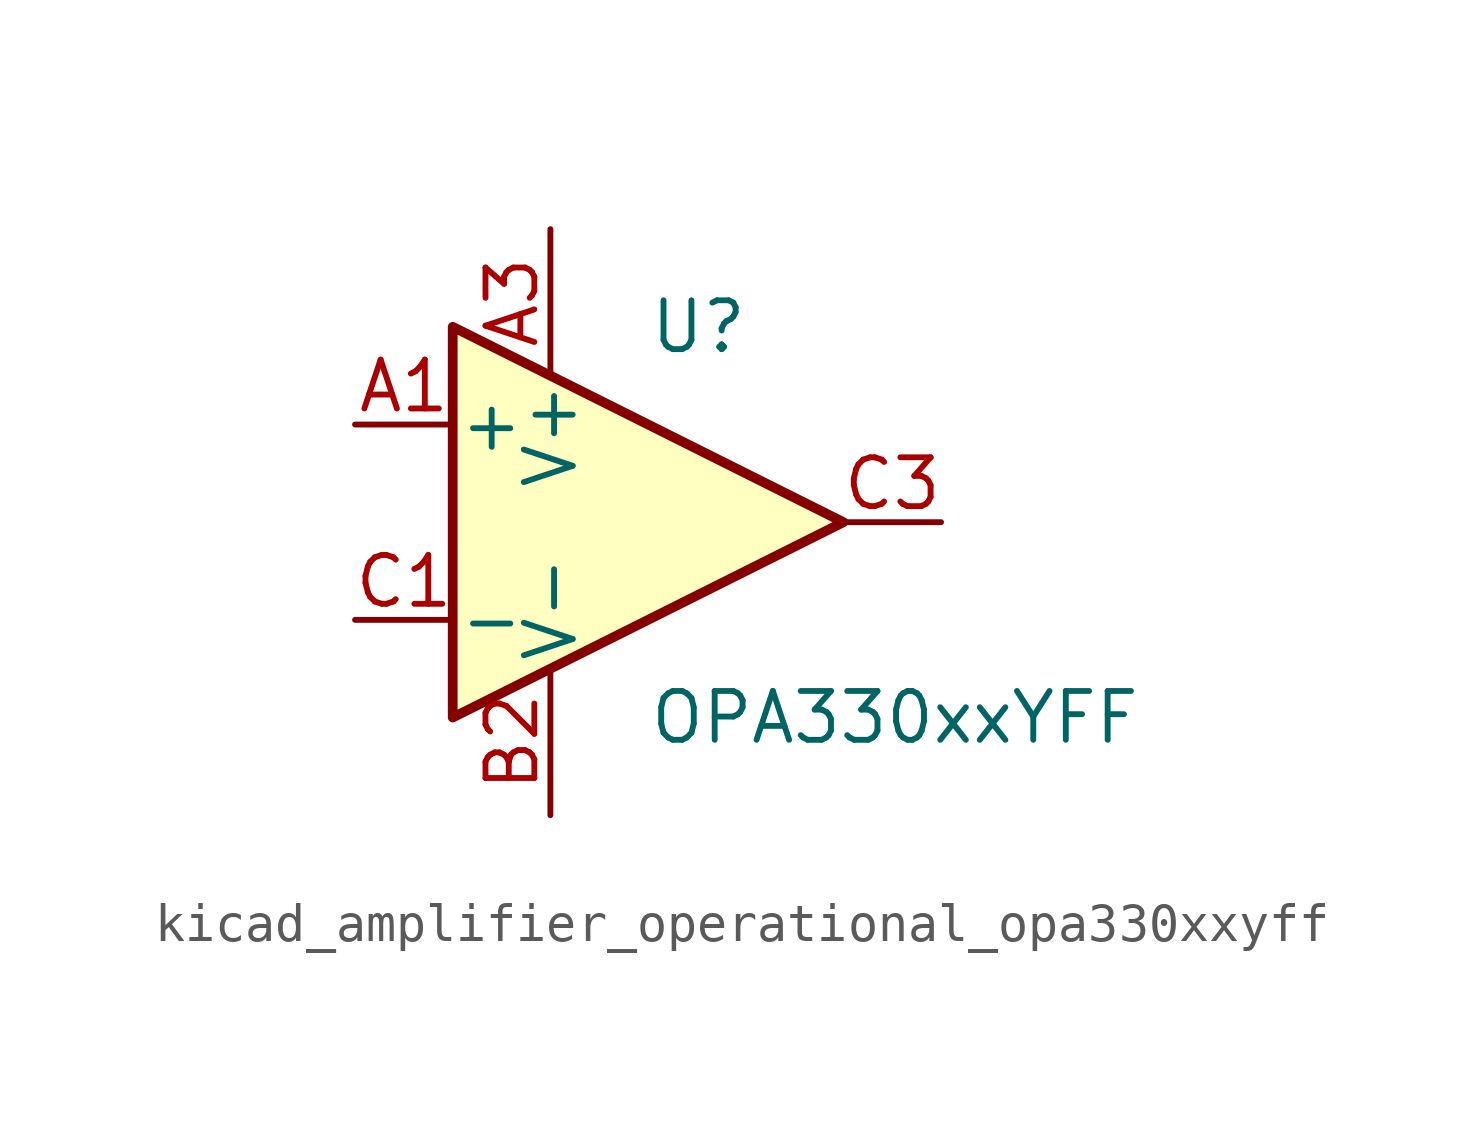
<source format=kicad_sym>
(kicad_symbol_lib
  (version 20220914)
  (generator kicad_symbol_editor)
  (symbol "kicad_amplifier_operational_opa330xxyff"
    (pin_names
      (offset 0.127))
    (property "Reference" "U"
      (at 0 5.08 0)
      (effects (font (size 1.27 1.27)) (justify left)))
    (property "Value" "OPA330xxYFF"
      (at 0 -5.08 0)
      (effects (font (size 1.27 1.27)) (justify left)))
    (symbol "kicad_amplifier_operational_opa330xxyff_0_1"
      (polyline (pts (xy -5.08 5.08) (xy 5.08 0) (xy -5.08 -5.08) (xy -5.08 5.08)) (stroke (width 0.254) (type default)) (fill (type background)))
      (pin power_in line (at -2.54 7.62 270) (length 3.81) (name "V+" (effects (font (size 1.27 1.27)))) (number "A3" (effects (font (size 1.27 1.27)))))
      (pin power_in line (at -2.54 -7.62 90) (length 3.81) (name "V-" (effects (font (size 1.27 1.27)))) (number "B2" (effects (font (size 1.27 1.27))))))
    (symbol "kicad_amplifier_operational_opa330xxyff_1_1"
      (pin input line (at -7.62 2.54 0) (length 2.54) (name "+" (effects (font (size 1.27 1.27)))) (number "A1" (effects (font (size 1.27 1.27)))))
      (pin input line (at -7.62 -2.54 0) (length 2.54) (name "-" (effects (font (size 1.27 1.27)))) (number "C1" (effects (font (size 1.27 1.27)))))
      (pin output line (at 7.62 0 180) (length 2.54) (name "~" (effects (font (size 1.27 1.27)))) (number "C3" (effects (font (size 1.27 1.27))))))))
</source>
